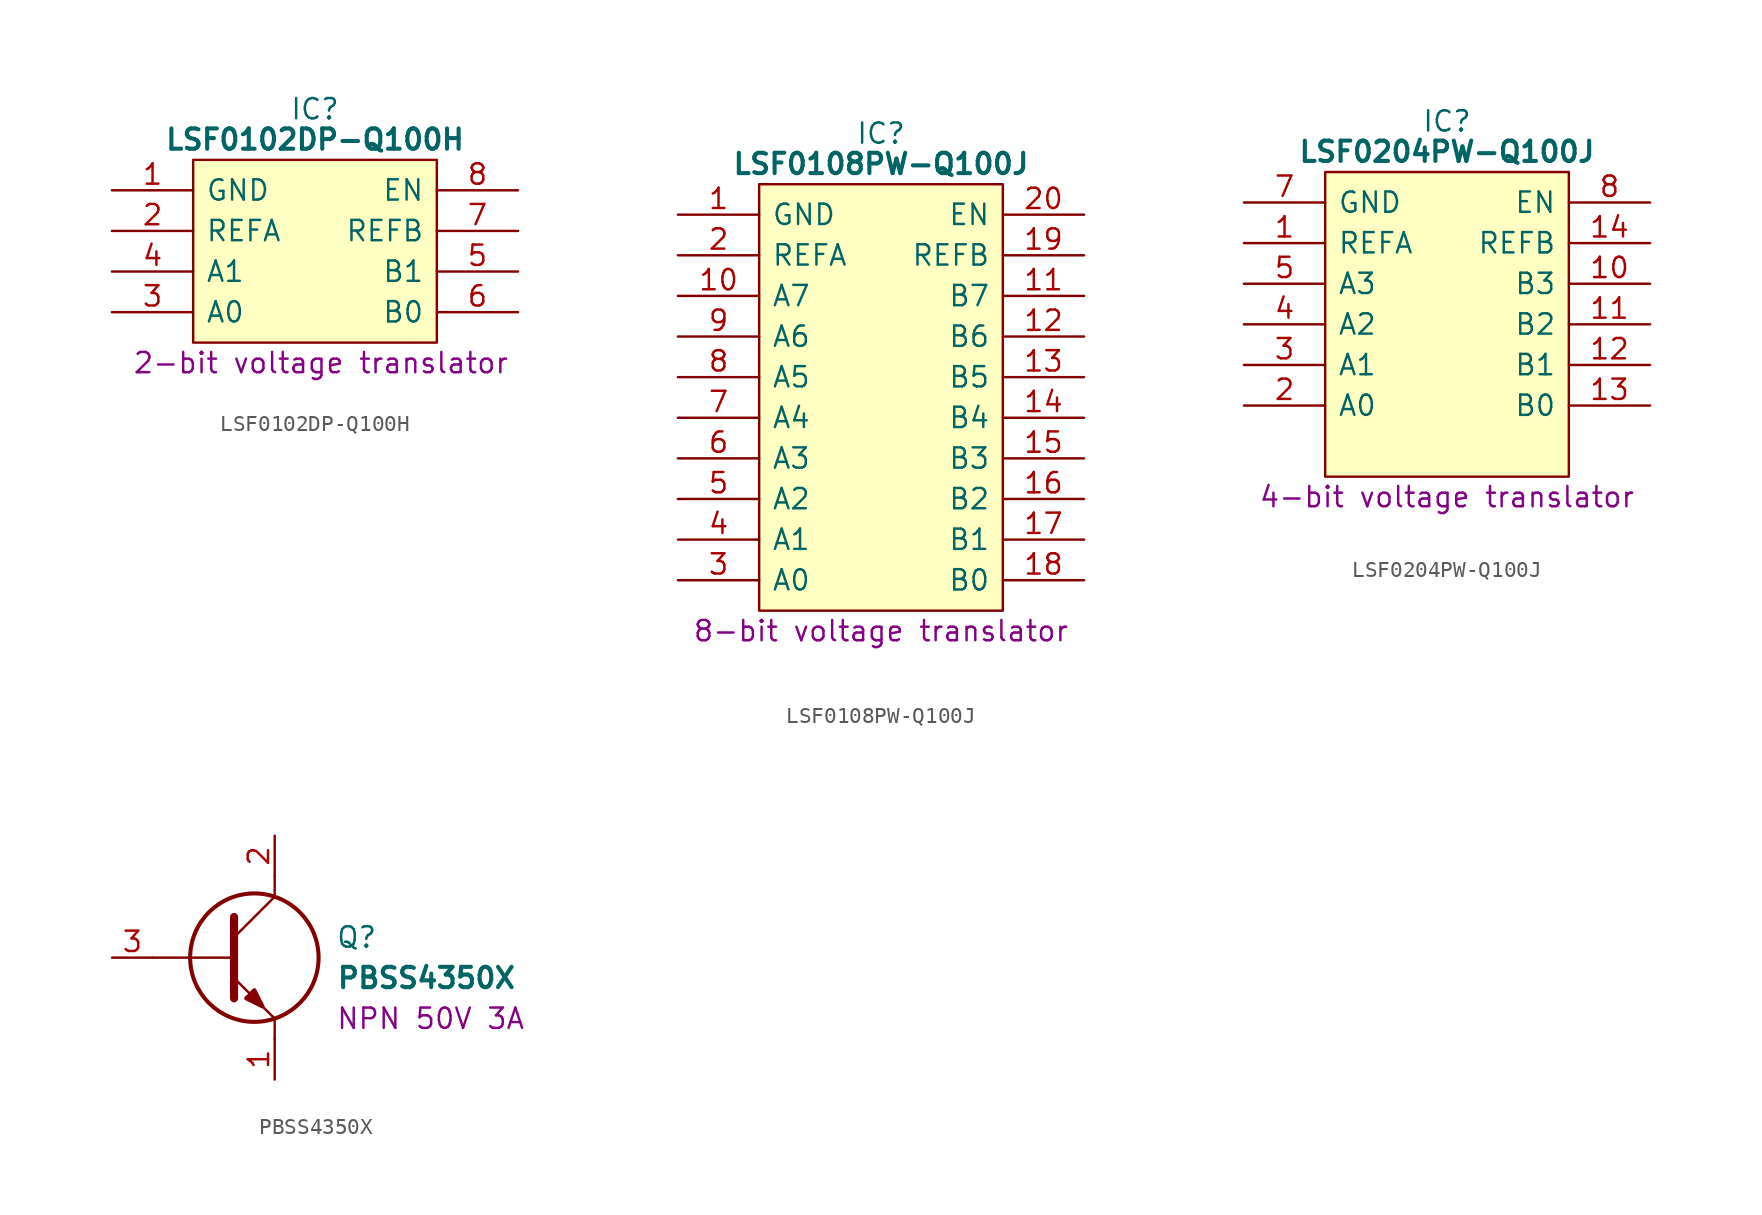
<source format=kicad_sym>
(kicad_symbol_lib
  (version 20231120)
  (generator "kicad_symbol_editor")
  (generator_version "8.0")
  (symbol "LSF0102DP-Q100H"
    (pin_names
      (offset 0.762))
    (property "Reference" "IC"
      (at 12.7 5.08 0)
      (effects (font (size 1.27 1.27))))
    (property "Value" "LSF0102DP-Q100H"
      (at 12.7 3.175 0)
      (effects (font (size 1.27 1.27) (bold yes))))
    (property "Description" "2-bit voltage translator"
      (at 1.27 -10.795 0)
      (effects (font (size 1.27 1.27)) (justify left)))
    (symbol "LSF0102DP-Q100H_0_0"
      (pin passive line (at 0 0 0) (length 5.08) (name "GND" (effects (font (size 1.27 1.27)))) (number "1" (effects (font (size 1.27 1.27)))))
      (pin passive line (at 0 -2.54 0) (length 5.08) (name "REFA" (effects (font (size 1.27 1.27)))) (number "2" (effects (font (size 1.27 1.27)))))
      (pin passive line (at 0 -7.62 0) (length 5.08) (name "A0" (effects (font (size 1.27 1.27)))) (number "3" (effects (font (size 1.27 1.27)))))
      (pin passive line (at 0 -5.08 0) (length 5.08) (name "A1" (effects (font (size 1.27 1.27)))) (number "4" (effects (font (size 1.27 1.27)))))
      (pin passive line (at 25.4 -5.08 180) (length 5.08) (name "B1" (effects (font (size 1.27 1.27)))) (number "5" (effects (font (size 1.27 1.27)))))
      (pin passive line (at 25.4 -7.62 180) (length 5.08) (name "B0" (effects (font (size 1.27 1.27)))) (number "6" (effects (font (size 1.27 1.27)))))
      (pin passive line (at 25.4 -2.54 180) (length 5.08) (name "REFB" (effects (font (size 1.27 1.27)))) (number "7" (effects (font (size 1.27 1.27)))))
      (pin input line (at 25.4 0 180) (length 5.08) (name "EN" (effects (font (size 1.27 1.27)))) (number "8" (effects (font (size 1.27 1.27))))))
    (symbol "LSF0102DP-Q100H_0_1"
      (polyline (pts (xy 5.08 1.905) (xy 20.32 1.905) (xy 20.32 -9.525) (xy 5.08 -9.525) (xy 5.08 1.905)) (stroke (width 0.152) (type default)) (fill (type background)))))
  (symbol "LSF0108PW-Q100J"
    (pin_names
      (offset 0.762))
    (property "Reference" "IC"
      (at 12.7 5.08 0)
      (effects (font (size 1.27 1.27))))
    (property "Value" "LSF0108PW-Q100J"
      (at 12.7 3.175 0)
      (effects (font (size 1.27 1.27) (bold yes))))
    (property "Description" "8-bit voltage translator"
      (at 12.7 -26.035 0)
      (effects (font (size 1.27 1.27))))
    (symbol "LSF0108PW-Q100J_0_0"
      (pin passive line (at 0 0 0) (length 5.08) (name "GND" (effects (font (size 1.27 1.27)))) (number "1" (effects (font (size 1.27 1.27)))))
      (pin passive line (at 0 -5.08 0) (length 5.08) (name "A7" (effects (font (size 1.27 1.27)))) (number "10" (effects (font (size 1.27 1.27)))))
      (pin passive line (at 25.4 -5.08 180) (length 5.08) (name "B7" (effects (font (size 1.27 1.27)))) (number "11" (effects (font (size 1.27 1.27)))))
      (pin passive line (at 25.4 -7.62 180) (length 5.08) (name "B6" (effects (font (size 1.27 1.27)))) (number "12" (effects (font (size 1.27 1.27)))))
      (pin passive line (at 25.4 -10.16 180) (length 5.08) (name "B5" (effects (font (size 1.27 1.27)))) (number "13" (effects (font (size 1.27 1.27)))))
      (pin passive line (at 25.4 -12.7 180) (length 5.08) (name "B4" (effects (font (size 1.27 1.27)))) (number "14" (effects (font (size 1.27 1.27)))))
      (pin passive line (at 25.4 -15.24 180) (length 5.08) (name "B3" (effects (font (size 1.27 1.27)))) (number "15" (effects (font (size 1.27 1.27)))))
      (pin passive line (at 25.4 -17.78 180) (length 5.08) (name "B2" (effects (font (size 1.27 1.27)))) (number "16" (effects (font (size 1.27 1.27)))))
      (pin passive line (at 25.4 -20.32 180) (length 5.08) (name "B1" (effects (font (size 1.27 1.27)))) (number "17" (effects (font (size 1.27 1.27)))))
      (pin passive line (at 25.4 -22.86 180) (length 5.08) (name "B0" (effects (font (size 1.27 1.27)))) (number "18" (effects (font (size 1.27 1.27)))))
      (pin passive line (at 25.4 -2.54 180) (length 5.08) (name "REFB" (effects (font (size 1.27 1.27)))) (number "19" (effects (font (size 1.27 1.27)))))
      (pin passive line (at 0 -2.54 0) (length 5.08) (name "REFA" (effects (font (size 1.27 1.27)))) (number "2" (effects (font (size 1.27 1.27)))))
      (pin passive line (at 25.4 0 180) (length 5.08) (name "EN" (effects (font (size 1.27 1.27)))) (number "20" (effects (font (size 1.27 1.27)))))
      (pin passive line (at 0 -22.86 0) (length 5.08) (name "A0" (effects (font (size 1.27 1.27)))) (number "3" (effects (font (size 1.27 1.27)))))
      (pin passive line (at 0 -20.32 0) (length 5.08) (name "A1" (effects (font (size 1.27 1.27)))) (number "4" (effects (font (size 1.27 1.27)))))
      (pin passive line (at 0 -17.78 0) (length 5.08) (name "A2" (effects (font (size 1.27 1.27)))) (number "5" (effects (font (size 1.27 1.27)))))
      (pin passive line (at 0 -15.24 0) (length 5.08) (name "A3" (effects (font (size 1.27 1.27)))) (number "6" (effects (font (size 1.27 1.27)))))
      (pin passive line (at 0 -12.7 0) (length 5.08) (name "A4" (effects (font (size 1.27 1.27)))) (number "7" (effects (font (size 1.27 1.27)))))
      (pin passive line (at 0 -10.16 0) (length 5.08) (name "A5" (effects (font (size 1.27 1.27)))) (number "8" (effects (font (size 1.27 1.27)))))
      (pin passive line (at 0 -7.62 0) (length 5.08) (name "A6" (effects (font (size 1.27 1.27)))) (number "9" (effects (font (size 1.27 1.27))))))
    (symbol "LSF0108PW-Q100J_0_1"
      (polyline (pts (xy 5.08 1.905) (xy 20.32 1.905) (xy 20.32 -24.765) (xy 5.08 -24.765) (xy 5.08 1.905)) (stroke (width 0.152) (type default)) (fill (type background)))))
  (symbol "LSF0204PW-Q100J"
    (pin_names
      (offset 0.762))
    (property "Reference" "IC"
      (at 12.7 5.08 0)
      (effects (font (size 1.27 1.27))))
    (property "Value" "LSF0204PW-Q100J"
      (at 12.7 3.175 0)
      (effects (font (size 1.27 1.27) (bold yes))))
    (property "Description" "4-bit voltage translator"
      (at 12.7 -18.415 0)
      (effects (font (size 1.27 1.27))))
    (symbol "LSF0204PW-Q100J_0_0"
      (pin passive line (at 0 -2.54 0) (length 5.08) (name "REFA" (effects (font (size 1.27 1.27)))) (number "1" (effects (font (size 1.27 1.27)))))
      (pin passive line (at 25.4 -5.08 180) (length 5.08) (name "B3" (effects (font (size 1.27 1.27)))) (number "10" (effects (font (size 1.27 1.27)))))
      (pin passive line (at 25.4 -7.62 180) (length 5.08) (name "B2" (effects (font (size 1.27 1.27)))) (number "11" (effects (font (size 1.27 1.27)))))
      (pin passive line (at 25.4 -10.16 180) (length 5.08) (name "B1" (effects (font (size 1.27 1.27)))) (number "12" (effects (font (size 1.27 1.27)))))
      (pin passive line (at 25.4 -12.7 180) (length 5.08) (name "B0" (effects (font (size 1.27 1.27)))) (number "13" (effects (font (size 1.27 1.27)))))
      (pin passive line (at 25.4 -2.54 180) (length 5.08) (name "REFB" (effects (font (size 1.27 1.27)))) (number "14" (effects (font (size 1.27 1.27)))))
      (pin passive line (at 0 -12.7 0) (length 5.08) (name "A0" (effects (font (size 1.27 1.27)))) (number "2" (effects (font (size 1.27 1.27)))))
      (pin passive line (at 0 -10.16 0) (length 5.08) (name "A1" (effects (font (size 1.27 1.27)))) (number "3" (effects (font (size 1.27 1.27)))))
      (pin passive line (at 0 -7.62 0) (length 5.08) (name "A2" (effects (font (size 1.27 1.27)))) (number "4" (effects (font (size 1.27 1.27)))))
      (pin passive line (at 0 -5.08 0) (length 5.08) (name "A3" (effects (font (size 1.27 1.27)))) (number "5" (effects (font (size 1.27 1.27)))))
      (pin passive line (at 0 0 0) (length 5.08) (name "GND" (effects (font (size 1.27 1.27)))) (number "7" (effects (font (size 1.27 1.27)))))
      (pin passive line (at 25.4 0 180) (length 5.08) (name "EN" (effects (font (size 1.27 1.27)))) (number "8" (effects (font (size 1.27 1.27))))))
    (symbol "LSF0204PW-Q100J_0_1"
      (polyline (pts (xy 5.08 1.905) (xy 20.32 1.905) (xy 20.32 -17.145) (xy 5.08 -17.145) (xy 5.08 1.905)) (stroke (width 0.152) (type default)) (fill (type background))))
    (symbol "LSF0204PW-Q100J_1_0"
      (pin no_connect line (at 0 -15.24 0) (length 5.08) hide (name "N.C." (effects (font (size 1.27 1.27)))) (number "6" (effects (font (size 1.27 1.27)))))
      (pin no_connect line (at 25.4 -15.24 180) (length 5.08) hide (name "N.C." (effects (font (size 1.27 1.27)))) (number "9" (effects (font (size 1.27 1.27)))))))
  (symbol "PBSS4350X"
    (pin_names
      (offset 0.762))
    (property "Reference" "Q"
      (at 13.97 1.27 0)
      (effects (font (size 1.27 1.27)) (justify left)))
    (property "Value" "PBSS4350X"
      (at 13.97 -1.27 0)
      (effects (font (size 1.27 1.27) (bold yes)) (justify left)))
    (property "Description" "NPN 50V 3A"
      (at 13.97 -3.81 0)
      (effects (font (size 1.27 1.27)) (justify left)))
    (symbol "PBSS4350X_0_0"
      (pin passive line (at 10.16 -7.62 90) (length 2.54) (name "~" (effects (font (size 1.27 1.27)))) (number "1" (effects (font (size 1.27 1.27)))))
      (pin passive line (at 10.16 7.62 270) (length 2.54) (name "~" (effects (font (size 1.27 1.27)))) (number "2" (effects (font (size 1.27 1.27)))))
      (pin passive line (at 0 0 0) (length 2.54) (name "~" (effects (font (size 1.27 1.27)))) (number "3" (effects (font (size 1.27 1.27))))))
    (symbol "PBSS4350X_0_1"
      (polyline (pts (xy 2.54 0) (xy 7.62 0)) (stroke (width 0.152) (type solid)) (fill (type none)))
      (polyline (pts (xy 7.62 -1.27) (xy 10.16 -3.81)) (stroke (width 0.152) (type solid)) (fill (type none)))
      (polyline (pts (xy 7.62 1.27) (xy 10.16 3.81)) (stroke (width 0.152) (type solid)) (fill (type none)))
      (polyline (pts (xy 7.62 2.54) (xy 7.62 -2.54)) (stroke (width 0.508) (type solid)) (fill (type none)))
      (polyline (pts (xy 10.16 -3.81) (xy 10.16 -5.08)) (stroke (width 0.152) (type solid)) (fill (type none)))
      (polyline (pts (xy 10.16 3.81) (xy 10.16 5.08)) (stroke (width 0.152) (type solid)) (fill (type none)))
      (polyline (pts (xy 8.382 -2.54) (xy 8.89 -2.032) (xy 9.398 -3.048) (xy 8.382 -2.54)) (stroke (width 0.254) (type solid)) (fill (type outline)))
      (circle (center 8.89 0) (radius 4.013) (stroke (width 0.254) (type solid)) (fill (type none))))))
</source>
